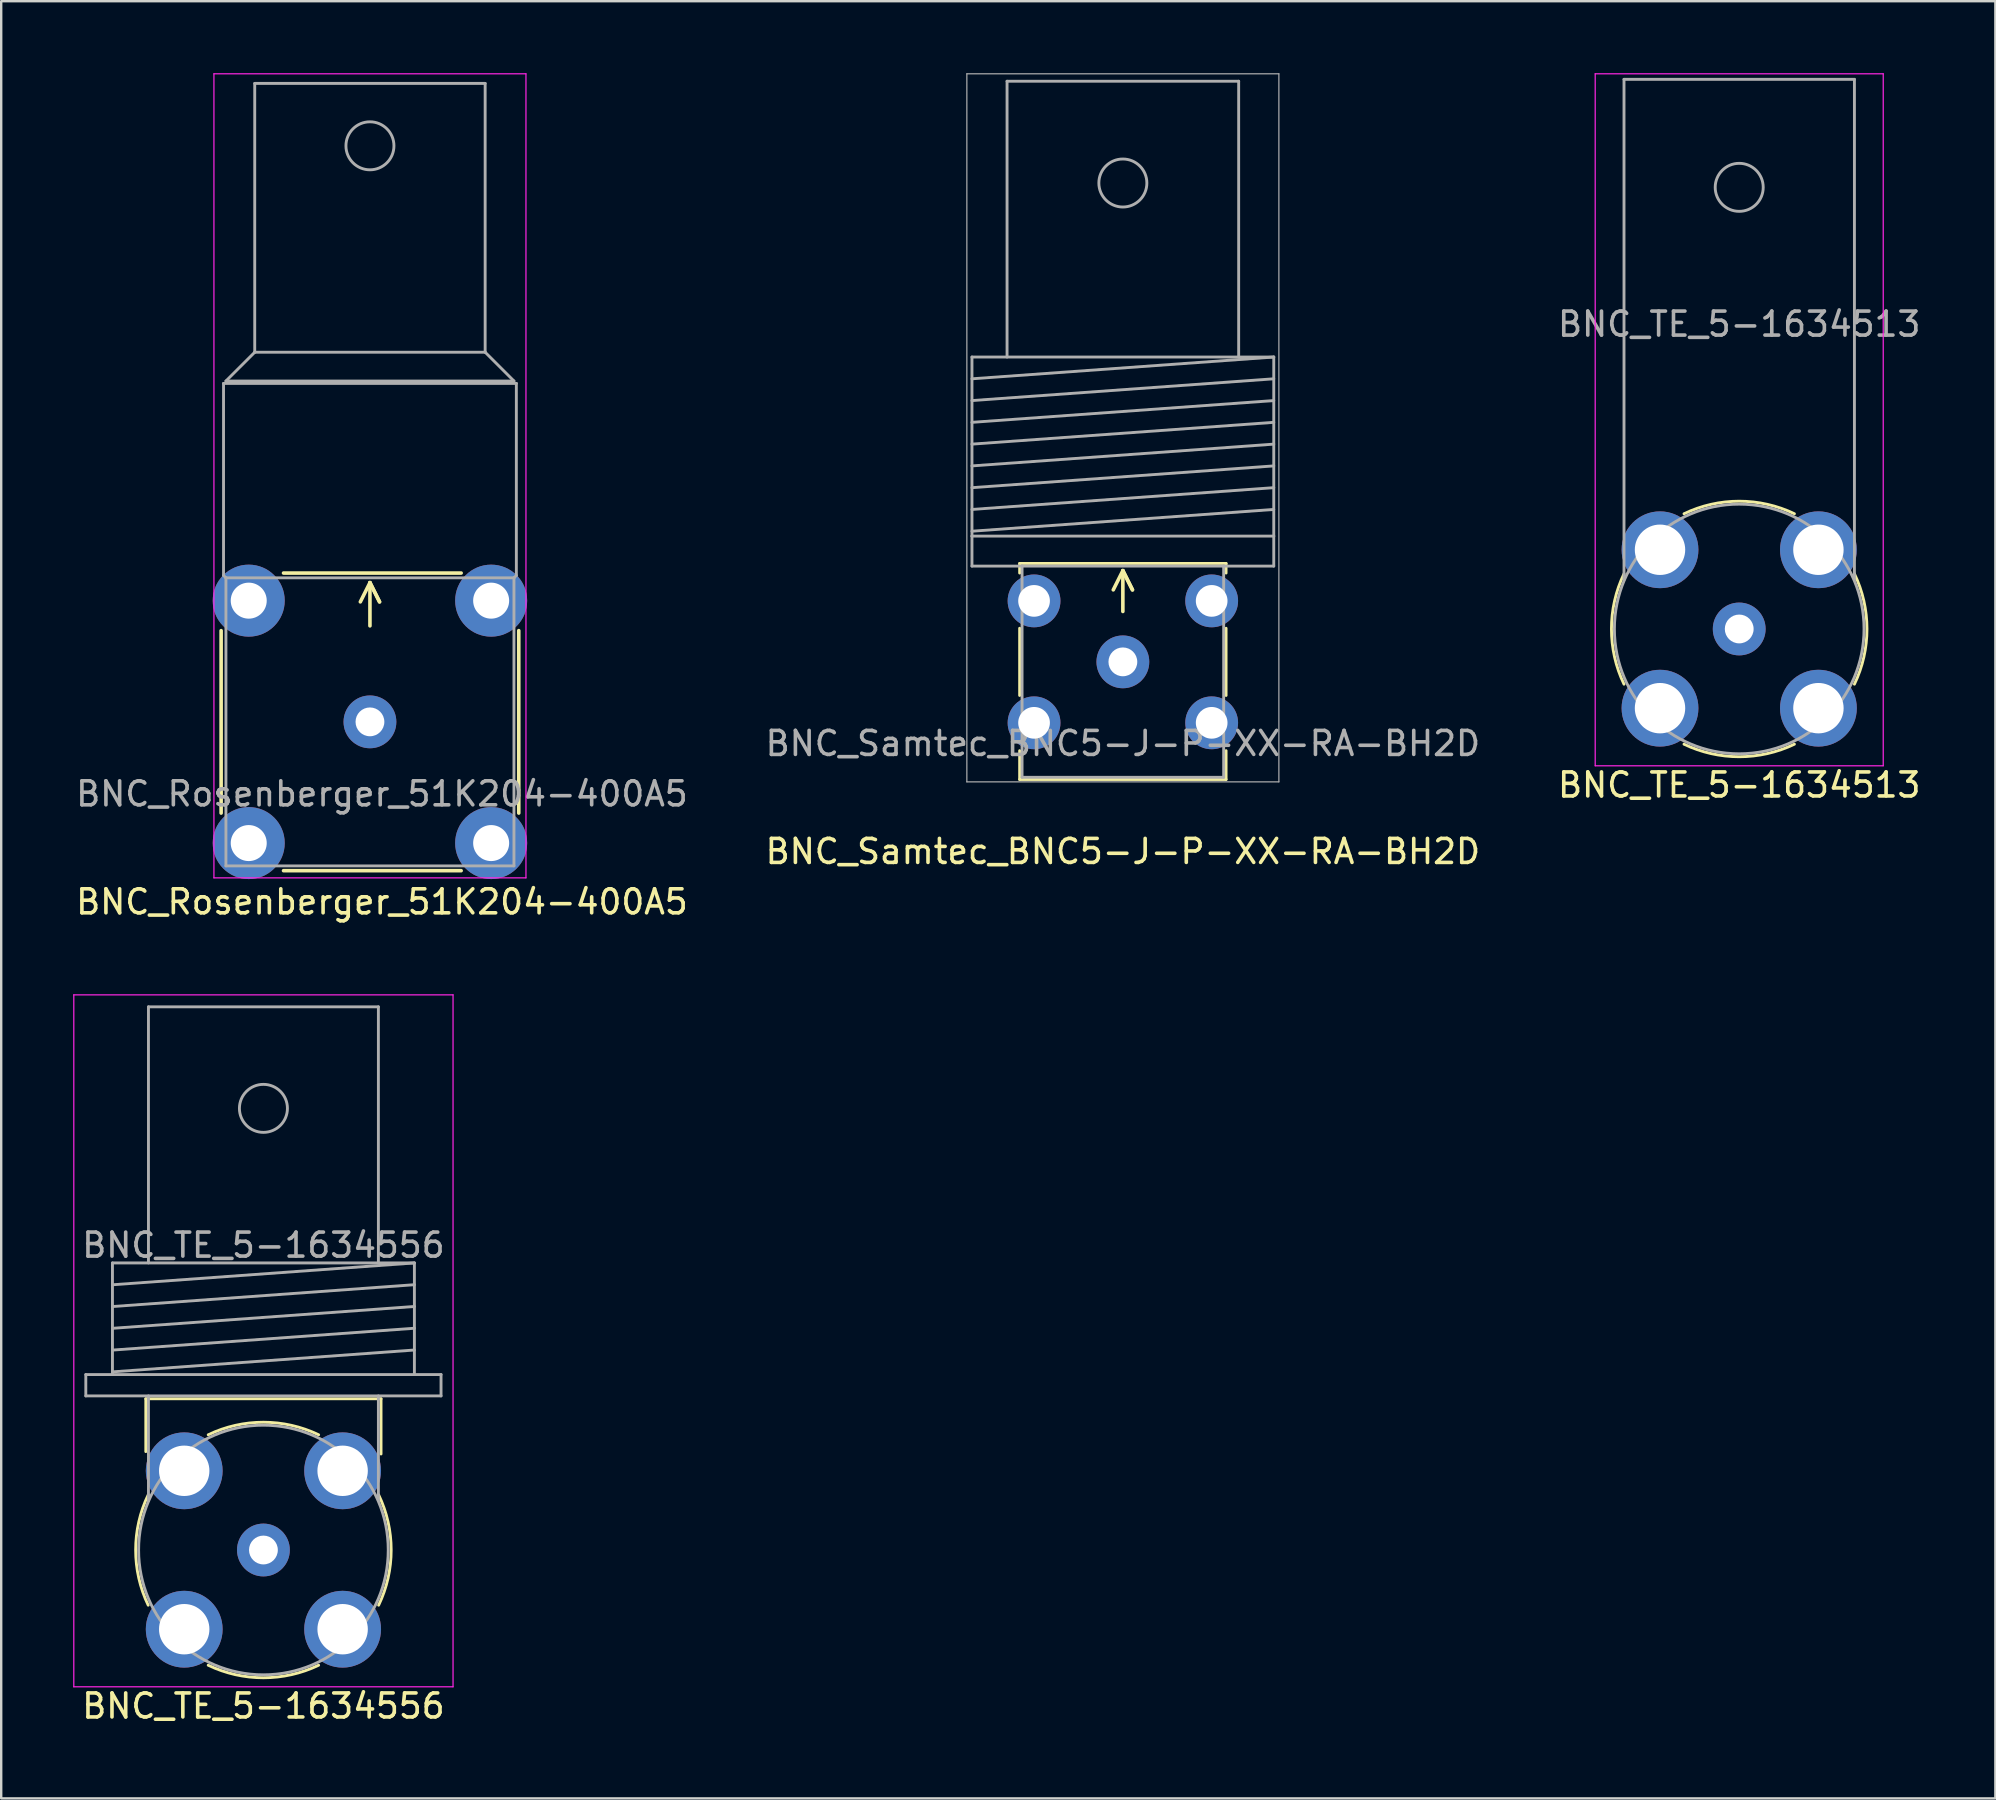
<source format=kicad_pcb>
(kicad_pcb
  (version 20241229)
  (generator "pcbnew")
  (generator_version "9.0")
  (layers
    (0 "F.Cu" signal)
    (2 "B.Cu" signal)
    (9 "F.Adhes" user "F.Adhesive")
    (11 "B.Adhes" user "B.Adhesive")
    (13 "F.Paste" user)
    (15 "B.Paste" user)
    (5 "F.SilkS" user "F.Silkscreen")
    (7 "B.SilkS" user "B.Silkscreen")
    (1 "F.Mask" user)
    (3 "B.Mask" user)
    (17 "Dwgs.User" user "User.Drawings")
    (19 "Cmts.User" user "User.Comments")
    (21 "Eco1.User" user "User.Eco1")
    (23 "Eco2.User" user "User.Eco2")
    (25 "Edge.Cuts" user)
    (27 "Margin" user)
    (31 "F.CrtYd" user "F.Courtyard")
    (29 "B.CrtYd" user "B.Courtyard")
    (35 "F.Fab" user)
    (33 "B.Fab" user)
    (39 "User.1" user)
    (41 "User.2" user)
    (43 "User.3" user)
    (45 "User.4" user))
  (footprint "BNC_TE_5-1634556"
    (layer "F.Cu")
    (at 7.925 61.528)
    (property "Reference" "BNC_TE_5-1634556" (at 0 6.5 0) (layer "F.SilkS") (effects (font (size 1 1) (thickness 0.15))))
    (attr through_hole)
    (fp_line (start -4.9 -6.3) (end -4.9 -4.1) (stroke (width 0.12) (type solid)) (layer "F.SilkS"))
    (fp_line (start -4.9 -6.3) (end 4.9 -6.3) (stroke (width 0.12) (type solid)) (layer "F.SilkS"))
    (fp_line (start 4.9 -6.3) (end 4.9 -4) (stroke (width 0.12) (type solid)) (layer "F.SilkS"))
    (fp_arc (start -4.800174 2.299633) (mid -5.322592 -0.000203) (end -4.799999 -2.299999) (stroke (width 0.12) (type solid)) (layer "F.SilkS"))
    (fp_arc (start -2.299633 -4.800174) (mid 0.000203 -5.322592) (end 2.299999 -4.799999) (stroke (width 0.12) (type solid)) (layer "F.SilkS"))
    (fp_arc (start 2.299633 4.800174) (mid -0.000203 5.322592) (end -2.299999 4.799999) (stroke (width 0.12) (type solid)) (layer "F.SilkS"))
    (fp_arc (start 4.800174 -2.299633) (mid 5.322592 0.000203) (end 4.799999 2.299999) (stroke (width 0.12) (type solid)) (layer "F.SilkS"))
    (fp_line (start -7.9 -23.13) (end 7.9 -23.13) (stroke (width 0.05) (type solid)) (layer "F.CrtYd"))
    (fp_line (start -7.9 5.7) (end -7.9 -23.13) (stroke (width 0.05) (type solid)) (layer "F.CrtYd"))
    (fp_line (start 7.9 -23.13) (end 7.9 5.7) (stroke (width 0.05) (type solid)) (layer "F.CrtYd"))
    (fp_line (start 7.9 5.7) (end -7.9 5.7) (stroke (width 0.05) (type solid)) (layer "F.CrtYd"))
    (fp_line (start -7.4 -7.31) (end -7.4 -6.42) (stroke (width 0.12) (type solid)) (layer "F.Fab"))
    (fp_line (start -6.29 -11.96) (end -6.29 -7.31) (stroke (width 0.12) (type solid)) (layer "F.Fab"))
    (fp_line (start -4.79 -22.63) (end -4.79 -11.96) (stroke (width 0.12) (type solid)) (layer "F.Fab"))
    (fp_line (start -4.79 -6.42) (end -4.79 -2.05) (stroke (width 0.12) (type solid)) (layer "F.Fab"))
    (fp_line (start 4.79 -22.63) (end -4.79 -22.63) (stroke (width 0.12) (type solid)) (layer "F.Fab"))
    (fp_line (start 4.79 -22.63) (end 4.79 -11.96) (stroke (width 0.12) (type solid)) (layer "F.Fab"))
    (fp_line (start 4.79 -6.42) (end 4.79 -2.05) (stroke (width 0.12) (type solid)) (layer "F.Fab"))
    (fp_line (start 6.29 -11.96) (end -6.29 -11.96) (stroke (width 0.12) (type solid)) (layer "F.Fab"))
    (fp_line (start 6.29 -11.96) (end -6.29 -11.05) (stroke (width 0.12) (type solid)) (layer "F.Fab"))
    (fp_line (start 6.29 -11.96) (end 6.29 -7.31) (stroke (width 0.12) (type solid)) (layer "F.Fab"))
    (fp_line (start 6.29 -11.053) (end -6.29 -10.143) (stroke (width 0.12) (type solid)) (layer "F.Fab"))
    (fp_line (start 6.29 -10.146) (end -6.29 -9.236) (stroke (width 0.12) (type solid)) (layer "F.Fab"))
    (fp_line (start 6.29 -9.239) (end -6.29 -8.329) (stroke (width 0.12) (type solid)) (layer "F.Fab"))
    (fp_line (start 6.29 -8.332) (end -6.29 -7.422) (stroke (width 0.12) (type solid)) (layer "F.Fab"))
    (fp_line (start 7.4 -7.31) (end -7.4 -7.31) (stroke (width 0.12) (type solid)) (layer "F.Fab"))
    (fp_line (start 7.4 -7.31) (end 7.4 -6.42) (stroke (width 0.12) (type solid)) (layer "F.Fab"))
    (fp_line (start 7.4 -6.42) (end -7.4 -6.42) (stroke (width 0.12) (type solid)) (layer "F.Fab"))
    (fp_circle (center 0 -18.4) (end -1 -18.4) (stroke (width 0.12) (type solid)) (fill no) (layer "F.Fab"))
    (fp_circle (center 0 0) (end -5.2 0) (stroke (width 0.12) (type solid)) (fill no) (layer "F.Fab"))
    (fp_text user "${REFERENCE}" (at 0 -12.7 180) (layer "F.Fab") (effects (font (size 1 1) (thickness 0.15))))
    (pad "1" thru_hole circle (at 0 0 180) (size 2.2 2.2) (drill 1.2) (layers "*.Cu" "*.Mask"))
    (pad "2" thru_hole circle (at -3.3 -3.3 180) (size 3.2 3.2) (drill 2.1) (layers "*.Cu" "*.Mask"))
    (pad "2" thru_hole circle (at -3.3 3.3 180) (size 3.2 3.2) (drill 2.1) (layers "*.Cu" "*.Mask"))
    (pad "2" thru_hole circle (at 3.3 -3.3 180) (size 3.2 3.2) (drill 2.1) (layers "*.Cu" "*.Mask"))
    (pad "2" thru_hole circle (at 3.3 3.3 180) (size 3.2 3.2) (drill 2.1) (layers "*.Cu" "*.Mask")))
  (footprint "BNC_Rosenberger_51K204-400A5"
    (layer "F.Cu")
    (at 12.363 27.025)
    (property "Reference" "BNC_Rosenberger_51K204-400A5" (at 0.5 7.5 0) (layer "F.SilkS") (effects (font (size 1 1) (thickness 0.15))))
    (attr through_hole)
    (fp_line (start -6.2 -3.8) (end -6.2 3.8) (stroke (width 0.15) (type solid)) (layer "F.SilkS"))
    (fp_line (start -3.6 -6.2) (end 3.8 -6.2) (stroke (width 0.15) (type solid)) (layer "F.SilkS"))
    (fp_line (start -3.6 6.2) (end 3.8 6.2) (stroke (width 0.15) (type solid)) (layer "F.SilkS"))
    (fp_line (start 0 -5.8) (end -0.4 -5) (stroke (width 0.15) (type solid)) (layer "F.SilkS"))
    (fp_line (start 0 -5.8) (end 0 -4) (stroke (width 0.15) (type solid)) (layer "F.SilkS"))
    (fp_line (start 0 -5.8) (end 0.4 -5) (stroke (width 0.15) (type solid)) (layer "F.SilkS"))
    (fp_line (start 0.4 -5) (end 0 -5.8) (stroke (width 0.15) (type solid)) (layer "F.SilkS"))
    (fp_line (start 6.2 -3.8) (end 6.2 3.8) (stroke (width 0.15) (type solid)) (layer "F.SilkS"))
    (fp_line (start -6.5 -27) (end -6.5 6.5) (stroke (width 0.05) (type solid)) (layer "F.CrtYd"))
    (fp_line (start -6.5 6.5) (end 6.5 6.5) (stroke (width 0.05) (type solid)) (layer "F.CrtYd"))
    (fp_line (start 6.5 -27) (end -6.5 -27) (stroke (width 0.05) (type solid)) (layer "F.CrtYd"))
    (fp_line (start 6.5 6.5) (end 6.5 -27) (stroke (width 0.05) (type solid)) (layer "F.CrtYd"))
    (fp_line (start -6.1 -14.1) (end 6.1 -14.1) (stroke (width 0.12) (type solid)) (layer "F.Fab"))
    (fp_line (start -6.1 -6.1) (end -6.1 -14.1) (stroke (width 0.12) (type solid)) (layer "F.Fab"))
    (fp_line (start -6 -14.2) (end -4.8 -15.4) (stroke (width 0.12) (type solid)) (layer "F.Fab"))
    (fp_line (start -6 -14.2) (end 6 -14.2) (stroke (width 0.12) (type solid)) (layer "F.Fab"))
    (fp_line (start -6 -6) (end -6.1 -6.1) (stroke (width 0.12) (type solid)) (layer "F.Fab"))
    (fp_line (start -6 -6) (end -6 6) (stroke (width 0.12) (type solid)) (layer "F.Fab"))
    (fp_line (start -6 -6) (end 6 -6) (stroke (width 0.12) (type solid)) (layer "F.Fab"))
    (fp_line (start -6 6) (end 6 6) (stroke (width 0.12) (type solid)) (layer "F.Fab"))
    (fp_line (start -4.8 -26.6) (end -4.8 -15.4) (stroke (width 0.12) (type solid)) (layer "F.Fab"))
    (fp_line (start -4.8 -26.6) (end 4.8 -26.6) (stroke (width 0.12) (type solid)) (layer "F.Fab"))
    (fp_line (start -4.8 -15.4) (end 4.8 -15.4) (stroke (width 0.12) (type solid)) (layer "F.Fab"))
    (fp_line (start 4.8 -26.6) (end 4.8 -15.4) (stroke (width 0.12) (type solid)) (layer "F.Fab"))
    (fp_line (start 6 -14.2) (end 4.8 -15.4) (stroke (width 0.12) (type solid)) (layer "F.Fab"))
    (fp_line (start 6 -6) (end 6 6) (stroke (width 0.12) (type solid)) (layer "F.Fab"))
    (fp_line (start 6 -6) (end 6.1 -6.1) (stroke (width 0.12) (type solid)) (layer "F.Fab"))
    (fp_line (start 6.1 -6.1) (end 6.1 -14.1) (stroke (width 0.12) (type solid)) (layer "F.Fab"))
    (fp_circle (center 0 -24) (end 1 -24) (stroke (width 0.12) (type solid)) (fill no) (layer "F.Fab"))
    (fp_text user "${REFERENCE}" (at 0.5 3 0) (layer "F.Fab") (effects (font (size 1 1) (thickness 0.15))))
    (pad "1" thru_hole circle (at 0 0) (size 2.2 2.2) (drill 1.2) (layers "*.Cu" "*.Mask"))
    (pad "2" thru_hole circle (at -5.05 -5.05) (size 3 3) (drill 1.5) (layers "*.Cu" "*.Mask"))
    (pad "2" thru_hole circle (at -5.05 5.05) (size 3 3) (drill 1.5) (layers "*.Cu" "*.Mask"))
    (pad "2" thru_hole circle (at 5.05 -5.05) (size 3 3) (drill 1.5) (layers "*.Cu" "*.Mask"))
    (pad "2" thru_hole circle (at 5.05 5.05) (size 3 3) (drill 1.5) (layers "*.Cu" "*.Mask")))
  (footprint "BNC_Samtec_BNC5-J-P-XX-RA-BH2D"
    (layer "F.Cu")
    (at 43.732 24.525)
    (property "Reference" "BNC_Samtec_BNC5-J-P-XX-RA-BH2D" (at 0 7.9 0) (layer "F.SilkS") (effects (font (size 1 1) (thickness 0.15))))
    (attr through_hole)
    (fp_line (start -4.3 -4.1) (end 4.3 -4.1) (stroke (width 0.12) (type solid)) (layer "F.SilkS"))
    (fp_line (start -4.3 -3.7) (end -4.3 -4.1) (stroke (width 0.12) (type solid)) (layer "F.SilkS"))
    (fp_line (start -4.3 -1.4) (end -4.3 1.4) (stroke (width 0.12) (type solid)) (layer "F.SilkS"))
    (fp_line (start -4.3 3.7) (end -4.3 4.9) (stroke (width 0.12) (type solid)) (layer "F.SilkS"))
    (fp_line (start -4.3 4.9) (end 4.3 4.9) (stroke (width 0.12) (type solid)) (layer "F.SilkS"))
    (fp_line (start 0 -3.8) (end -0.4 -3) (stroke (width 0.15) (type solid)) (layer "F.SilkS"))
    (fp_line (start 0 -3.8) (end 0 -2.1) (stroke (width 0.15) (type solid)) (layer "F.SilkS"))
    (fp_line (start 0 -3.8) (end 0.4 -3) (stroke (width 0.15) (type solid)) (layer "F.SilkS"))
    (fp_line (start 0.4 -3) (end 0 -3.8) (stroke (width 0.15) (type solid)) (layer "F.SilkS"))
    (fp_line (start 4.3 -4.1) (end 4.3 -3.7) (stroke (width 0.12) (type solid)) (layer "F.SilkS"))
    (fp_line (start 4.3 1.4) (end 4.3 -1.4) (stroke (width 0.12) (type solid)) (layer "F.SilkS"))
    (fp_line (start 4.3 4.9) (end 4.3 3.7) (stroke (width 0.12) (type solid)) (layer "F.SilkS"))
    (fp_line (start -6.5 -24.5) (end -6.5 5) (stroke (width 0.05) (type solid)) (layer "F.Fab"))
    (fp_line (start -6.5 5) (end 6.5 5) (stroke (width 0.05) (type solid)) (layer "F.Fab"))
    (fp_line (start -6.287 -12.7) (end -6.287 -5.24) (stroke (width 0.12) (type solid)) (layer "F.Fab"))
    (fp_line (start -6.287 -5.24) (end -6.287 -3.99) (stroke (width 0.12) (type solid)) (layer "F.Fab"))
    (fp_line (start -6.287 -5.24) (end 6.287 -5.24) (stroke (width 0.12) (type solid)) (layer "F.Fab"))
    (fp_line (start -6.287 -3.99) (end 6.287 -3.99) (stroke (width 0.12) (type solid)) (layer "F.Fab"))
    (fp_line (start -4.825 -24.19) (end -4.825 -12.7) (stroke (width 0.12) (type solid)) (layer "F.Fab"))
    (fp_line (start -4.825 -24.19) (end 4.825 -24.19) (stroke (width 0.12) (type solid)) (layer "F.Fab"))
    (fp_line (start -4.2 4.81) (end -4.2 -4) (stroke (width 0.12) (type solid)) (layer "F.Fab"))
    (fp_line (start -4.2 4.81) (end 4.2 4.81) (stroke (width 0.12) (type solid)) (layer "F.Fab"))
    (fp_line (start 4.2 4.81) (end 4.2 -4) (stroke (width 0.12) (type solid)) (layer "F.Fab"))
    (fp_line (start 4.825 -24.19) (end 4.825 -12.7) (stroke (width 0.12) (type solid)) (layer "F.Fab"))
    (fp_line (start 6.287 -12.7) (end -6.287 -12.7) (stroke (width 0.12) (type solid)) (layer "F.Fab"))
    (fp_line (start 6.287 -12.7) (end -6.287 -11.793) (stroke (width 0.12) (type solid)) (layer "F.Fab"))
    (fp_line (start 6.287 -11.793) (end -6.287 -10.886) (stroke (width 0.12) (type solid)) (layer "F.Fab"))
    (fp_line (start 6.287 -10.886) (end -6.287 -9.979) (stroke (width 0.12) (type solid)) (layer "F.Fab"))
    (fp_line (start 6.287 -9.979) (end -6.287 -9.071) (stroke (width 0.12) (type solid)) (layer "F.Fab"))
    (fp_line (start 6.287 -9.071) (end -6.287 -8.164) (stroke (width 0.12) (type solid)) (layer "F.Fab"))
    (fp_line (start 6.287 -8.164) (end -6.287 -7.257) (stroke (width 0.12) (type solid)) (layer "F.Fab"))
    (fp_line (start 6.287 -7.257) (end -6.287 -6.35) (stroke (width 0.12) (type solid)) (layer "F.Fab"))
    (fp_line (start 6.287 -6.35) (end -6.287 -5.443) (stroke (width 0.12) (type solid)) (layer "F.Fab"))
    (fp_line (start 6.287 -5.24) (end 6.287 -12.7) (stroke (width 0.12) (type solid)) (layer "F.Fab"))
    (fp_line (start 6.287 -3.99) (end 6.287 -5.24) (stroke (width 0.12) (type solid)) (layer "F.Fab"))
    (fp_line (start 6.5 -24.5) (end -6.5 -24.5) (stroke (width 0.05) (type solid)) (layer "F.Fab"))
    (fp_line (start 6.5 5) (end 6.5 -24.5) (stroke (width 0.05) (type solid)) (layer "F.Fab"))
    (fp_circle (center 0 -19.95) (end 1 -19.95) (stroke (width 0.12) (type solid)) (fill no) (layer "F.Fab"))
    (fp_text user "${REFERENCE}" (at 0 3.4 0) (layer "F.Fab") (effects (font (size 1 1) (thickness 0.15))))
    (pad "1" thru_hole circle (at 0 0) (size 2.2 2.2) (drill 1.2) (layers "*.Cu" "*.Mask"))
    (pad "2" thru_hole circle (at -3.7 -2.54) (size 2.2 2.2) (drill 1.32) (layers "*.Cu" "*.Mask"))
    (pad "2" thru_hole circle (at -3.7 2.54) (size 2.2 2.2) (drill 1.32) (layers "*.Cu" "*.Mask"))
    (pad "2" thru_hole circle (at 3.7 -2.54) (size 2.2 2.2) (drill 1.32) (layers "*.Cu" "*.Mask"))
    (pad "2" thru_hole circle (at 3.7 2.54) (size 2.2 2.2) (drill 1.32) (layers "*.Cu" "*.Mask")))
  (footprint "BNC_TE_5-1634513"
    (layer "F.Cu")
    (at 69.411 23.155)
    (property "Reference" "BNC_TE_5-1634513" (at 0 6.5 0) (layer "F.SilkS") (effects (font (size 1 1) (thickness 0.15))))
    (attr through_hole)
    (fp_arc (start -4.800174 2.299633) (mid -5.322592 -0.000203) (end -4.799999 -2.299999) (stroke (width 0.12) (type solid)) (layer "F.SilkS"))
    (fp_arc (start -2.299633 -4.800174) (mid 0.000203 -5.322592) (end 2.299999 -4.799999) (stroke (width 0.12) (type solid)) (layer "F.SilkS"))
    (fp_arc (start 2.299633 4.800174) (mid -0.000203 5.322592) (end -2.299999 4.799999) (stroke (width 0.12) (type solid)) (layer "F.SilkS"))
    (fp_arc (start 4.800174 -2.299633) (mid 5.322592 0.000203) (end 4.799999 2.299999) (stroke (width 0.12) (type solid)) (layer "F.SilkS"))
    (fp_line (start -6 -23.13) (end 6 -23.13) (stroke (width 0.05) (type solid)) (layer "F.CrtYd"))
    (fp_line (start -6 5.7) (end -6 -23.13) (stroke (width 0.05) (type solid)) (layer "F.CrtYd"))
    (fp_line (start 6 -23.13) (end 6 5.7) (stroke (width 0.05) (type solid)) (layer "F.CrtYd"))
    (fp_line (start 6 5.7) (end -6 5.7) (stroke (width 0.05) (type solid)) (layer "F.CrtYd"))
    (fp_line (start -4.8 -22.9) (end -4.8 -2.05) (stroke (width 0.12) (type solid)) (layer "F.Fab"))
    (fp_line (start 4.8 -22.9) (end -4.8 -22.9) (stroke (width 0.12) (type solid)) (layer "F.Fab"))
    (fp_line (start 4.8 -22.9) (end 4.8 -2.05) (stroke (width 0.12) (type solid)) (layer "F.Fab"))
    (fp_circle (center 0 -18.4) (end -1 -18.4) (stroke (width 0.12) (type solid)) (fill no) (layer "F.Fab"))
    (fp_circle (center 0 0) (end -5.2 0) (stroke (width 0.12) (type solid)) (fill no) (layer "F.Fab"))
    (fp_text user "${REFERENCE}" (at 0 -12.7 180) (layer "F.Fab") (effects (font (size 1 1) (thickness 0.15))))
    (pad "1" thru_hole circle (at 0 0 180) (size 2.2 2.2) (drill 1.2) (layers "*.Cu" "*.Mask"))
    (pad "2" thru_hole circle (at -3.3 -3.3 180) (size 3.2 3.2) (drill 2.1) (layers "*.Cu" "*.Mask"))
    (pad "2" thru_hole circle (at -3.3 3.3 180) (size 3.2 3.2) (drill 2.1) (layers "*.Cu" "*.Mask"))
    (pad "2" thru_hole circle (at 3.3 -3.3 180) (size 3.2 3.2) (drill 2.1) (layers "*.Cu" "*.Mask"))
    (pad "2" thru_hole circle (at 3.3 3.3 180) (size 3.2 3.2) (drill 2.1) (layers "*.Cu" "*.Mask")))
  (gr_rect
    (start -3 -3)
    (end 80.083 71.876)
    (stroke (width 0.1) (type default))
    (fill no)
    (layer "Edge.Cuts")))
</source>
